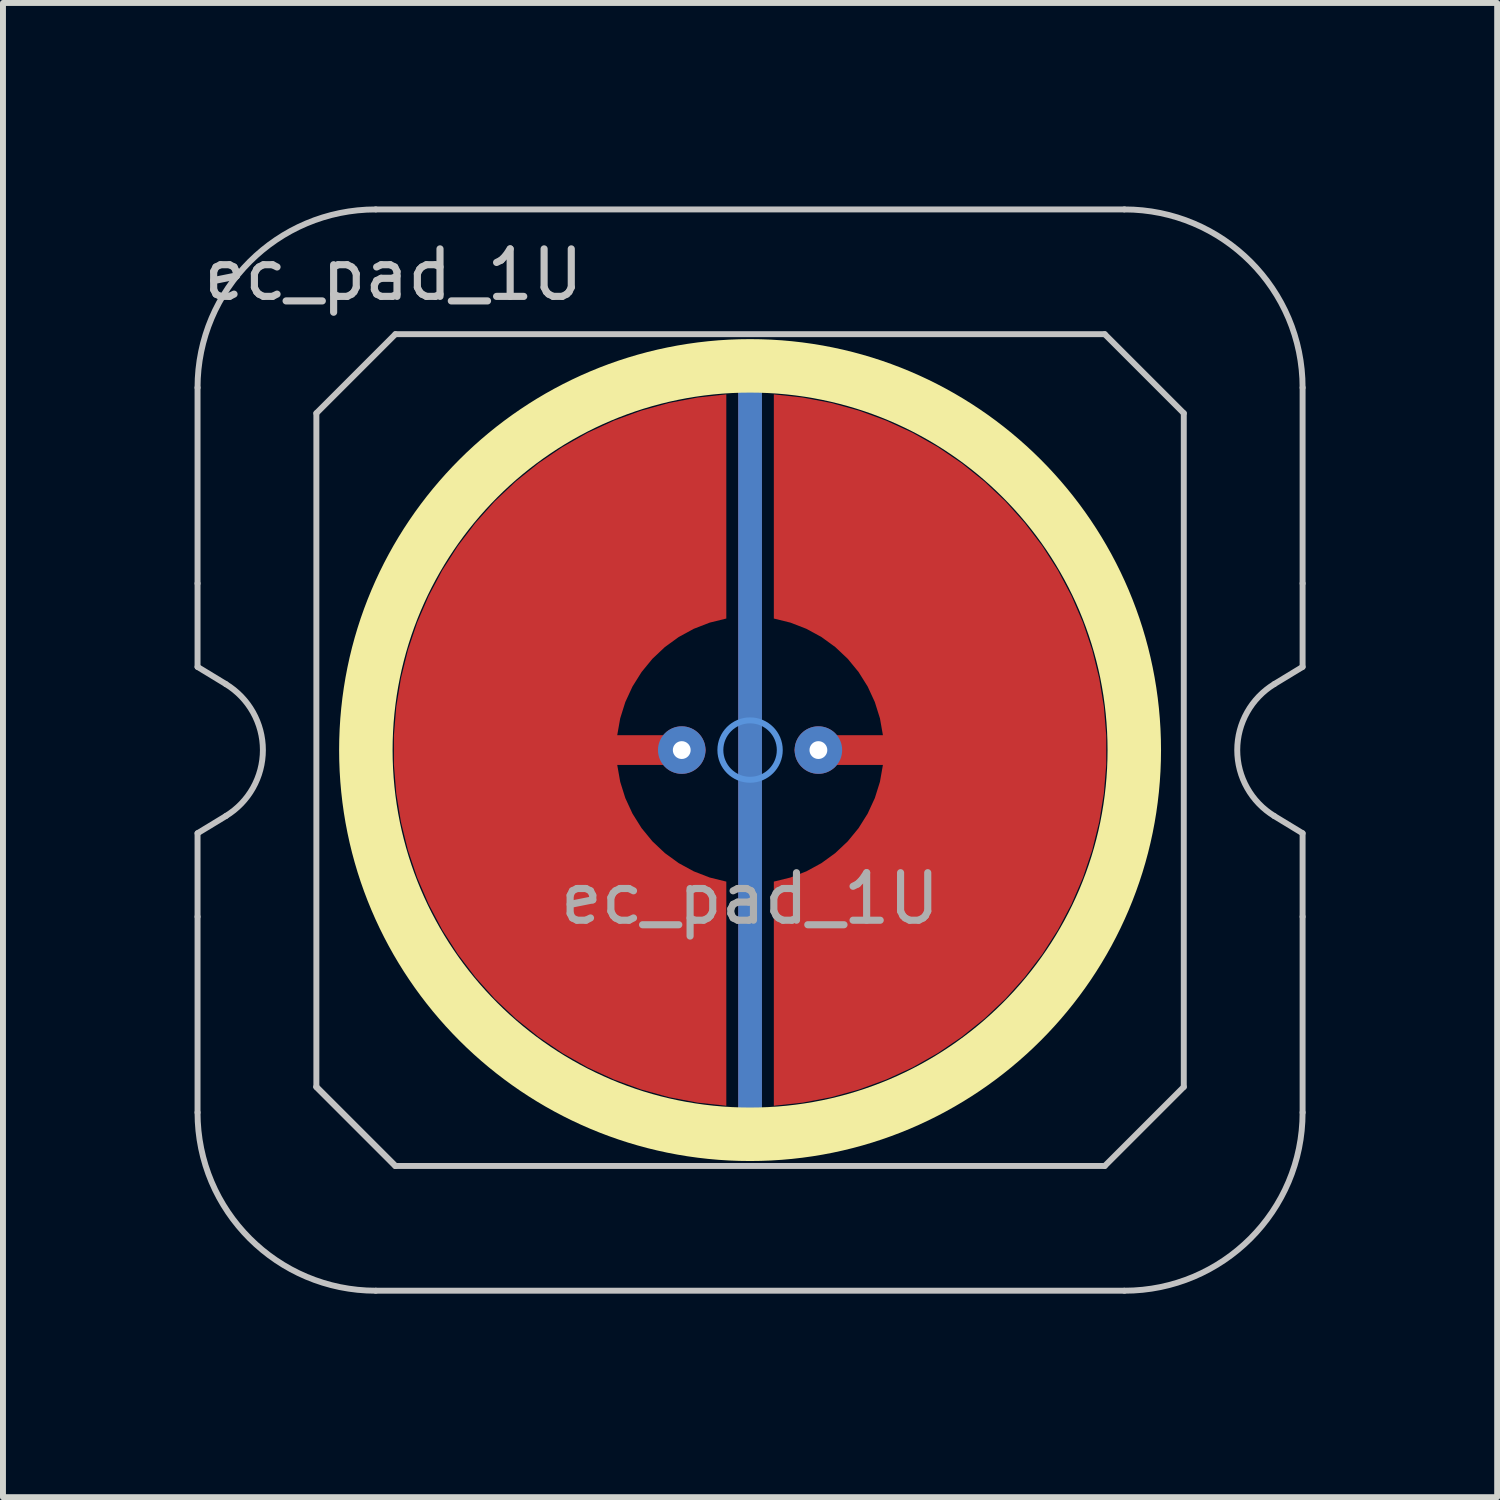
<source format=kicad_pcb>
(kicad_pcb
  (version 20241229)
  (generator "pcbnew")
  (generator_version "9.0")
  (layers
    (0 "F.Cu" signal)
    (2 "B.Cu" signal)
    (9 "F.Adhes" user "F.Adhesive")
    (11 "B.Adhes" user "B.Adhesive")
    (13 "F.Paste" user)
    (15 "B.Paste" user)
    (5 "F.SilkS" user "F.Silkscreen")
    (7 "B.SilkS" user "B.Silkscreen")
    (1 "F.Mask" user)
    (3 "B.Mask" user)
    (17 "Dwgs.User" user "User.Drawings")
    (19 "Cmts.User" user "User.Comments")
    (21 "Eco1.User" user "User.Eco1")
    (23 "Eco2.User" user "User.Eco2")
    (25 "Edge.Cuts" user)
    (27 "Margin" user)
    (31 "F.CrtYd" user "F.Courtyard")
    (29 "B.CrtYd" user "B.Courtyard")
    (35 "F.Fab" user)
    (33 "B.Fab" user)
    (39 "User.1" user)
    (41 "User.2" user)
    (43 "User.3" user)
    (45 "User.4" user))
  (footprint "ec_pad_1U"
    (layer "F.Cu")
    (at 9.575 9.575)
    (property "Reference" "ec_pad_1U" (at -6 -8 0) (layer "Dwgs.User") (effects (font (size 0.8 0.8) (thickness 0.12))))
    (attr exclude_from_pos_files exclude_from_bom)
    (fp_circle (center 0 0) (end -6.467 0) (stroke (width 0.9) (type solid)) (fill no) (layer "F.SilkS"))
    (fp_line (start -9.3 -2.805) (end -9.3 -6.1) (stroke (width 0.1) (type solid)) (layer "Dwgs.User"))
    (fp_line (start -9.3 -1.4) (end -9.3 -2.805) (stroke (width 0.1) (type solid)) (layer "Dwgs.User"))
    (fp_line (start -9.3 1.4) (end -8.824 1.111) (stroke (width 0.1) (type solid)) (layer "Dwgs.User"))
    (fp_line (start -9.3 2.805) (end -9.3 1.4) (stroke (width 0.1) (type solid)) (layer "Dwgs.User"))
    (fp_line (start -9.3 6.1) (end -9.3 2.805) (stroke (width 0.1) (type solid)) (layer "Dwgs.User"))
    (fp_line (start -8.824 -1.111) (end -9.3 -1.4) (stroke (width 0.1) (type solid)) (layer "Dwgs.User"))
    (fp_line (start -7.3 -5.67) (end -5.97 -7) (stroke (width 0.1) (type solid)) (layer "Dwgs.User"))
    (fp_line (start -7.3 5.67) (end -7.3 -5.67) (stroke (width 0.1) (type solid)) (layer "Dwgs.User"))
    (fp_line (start -7.3 5.67) (end -5.97 7) (stroke (width 0.1) (type solid)) (layer "Dwgs.User"))
    (fp_line (start -6.3 -9.1) (end 6.3 -9.1) (stroke (width 0.1) (type solid)) (layer "Dwgs.User"))
    (fp_line (start -5.97 -7) (end 5.97 -7) (stroke (width 0.1) (type solid)) (layer "Dwgs.User"))
    (fp_line (start -5.97 7) (end -7.3 5.67) (stroke (width 0.1) (type solid)) (layer "Dwgs.User"))
    (fp_line (start 5.97 -7) (end 7.3 -5.67) (stroke (width 0.1) (type solid)) (layer "Dwgs.User"))
    (fp_line (start 5.97 7) (end -5.97 7) (stroke (width 0.1) (type solid)) (layer "Dwgs.User"))
    (fp_line (start 6.3 9.1) (end -6.3 9.1) (stroke (width 0.1) (type solid)) (layer "Dwgs.User"))
    (fp_line (start 7.3 -5.67) (end 7.3 5.67) (stroke (width 0.1) (type solid)) (layer "Dwgs.User"))
    (fp_line (start 7.3 5.67) (end 5.97 7) (stroke (width 0.1) (type solid)) (layer "Dwgs.User"))
    (fp_line (start 8.824 1.111) (end 9.3 1.4) (stroke (width 0.1) (type solid)) (layer "Dwgs.User"))
    (fp_line (start 9.3 -6.1) (end 9.3 -2.805) (stroke (width 0.1) (type solid)) (layer "Dwgs.User"))
    (fp_line (start 9.3 -2.805) (end 9.3 -1.4) (stroke (width 0.1) (type solid)) (layer "Dwgs.User"))
    (fp_line (start 9.3 -1.4) (end 8.824 -1.111) (stroke (width 0.1) (type solid)) (layer "Dwgs.User"))
    (fp_line (start 9.3 1.4) (end 9.3 2.805) (stroke (width 0.1) (type solid)) (layer "Dwgs.User"))
    (fp_line (start 9.3 2.805) (end 9.3 6.1) (stroke (width 0.1) (type solid)) (layer "Dwgs.User"))
    (fp_arc (start -9.3 -6.1) (mid -8.42132 -8.22132) (end -6.3 -9.1) (stroke (width 0.1) (type solid)) (layer "Dwgs.User"))
    (fp_arc (start -8.824333 -1.110619) (mid -8.2 0) (end -8.824333 1.110619) (stroke (width 0.1) (type solid)) (layer "Dwgs.User"))
    (fp_arc (start -6.3 9.1) (mid -8.42132 8.22132) (end -9.3 6.1) (stroke (width 0.1) (type solid)) (layer "Dwgs.User"))
    (fp_arc (start 6.3 -9.1) (mid 8.42132 -8.22132) (end 9.3 -6.1) (stroke (width 0.1) (type solid)) (layer "Dwgs.User"))
    (fp_arc (start 8.824333 1.110619) (mid 8.2 0) (end 8.824333 -1.110619) (stroke (width 0.1) (type solid)) (layer "Dwgs.User"))
    (fp_arc (start 9.3 6.1) (mid 8.42132 8.22132) (end 6.3 9.1) (stroke (width 0.1) (type solid)) (layer "Dwgs.User"))
    (fp_circle (center 0 0) (end 0.5 0) (stroke (width 0.1) (type default)) (fill no) (layer "Cmts.User"))
    (fp_rect (start -9.525 -9.525) (end 9.525 9.525) (stroke (width 0.1) (type default)) (fill no) (layer "Eco2.User"))
    (fp_text user "${REFERENCE}" (at 0 2.5 180) (layer "F.Fab") (effects (font (size 0.8 0.8) (thickness 0.12))))
    (pad "1" thru_hole circle (at -1.15 0 90) (size 0.8 0.8) (drill 0.3) (layers "*.Cu"))
    (pad "1" smd custom (at -1 0) (size 0.4 0.4) (layers "F.Cu") (options (anchor circle)) (primitives (gr_poly (pts (xy 0.6 -2.214) (xy 0.32 -2.145) (xy 0.052 -2.041) (xy -0.201 -1.903) (xy -0.434 -1.734) (xy -0.644 -1.536) (xy -0.826 -1.314) (xy -0.979 -1.07) (xy -1.1 -0.808) (xy -1.186 -0.534) (xy -1.236 -0.25) (xy 0 -0.25) (xy 0.096 -0.231) (xy 0.177 -0.177) (xy 0.231 -0.096) (xy 0.25 0) (xy 0.231 0.096) (xy 0.177 0.177) (xy 0.096 0.231) (xy 0 0.25) (xy -1.236 0.25) (xy -1.186 0.534) (xy -1.1 0.808) (xy -0.979 1.07) (xy -0.826 1.314) (xy -0.644 1.536) (xy -0.434 1.734) (xy -0.201 1.903) (xy 0.052 2.041) (xy 0.32 2.145) (xy 0.6 2.214) (xy 0.6 5.987) (xy 0.115 5.934) (xy -0.364 5.843) (xy -0.834 5.713) (xy -1.292 5.545) (xy -1.735 5.341) (xy -2.159 5.101) (xy -2.563 4.827) (xy -2.943 4.522) (xy -3.298 4.187) (xy -3.623 3.824) (xy -3.919 3.436) (xy -4.182 3.025) (xy -4.41 2.594) (xy -4.603 2.147) (xy -4.759 1.684) (xy -4.876 1.211) (xy -4.955 0.73) (xy -4.995 0.244) (xy -4.995 -0.244) (xy -4.955 -0.73) (xy -4.876 -1.211) (xy -4.759 -1.684) (xy -4.603 -2.147) (xy -4.41 -2.594) (xy -4.182 -3.025) (xy -3.919 -3.436) (xy -3.623 -3.824) (xy -3.298 -4.187) (xy -2.943 -4.522) (xy -2.563 -4.827) (xy -2.159 -5.101) (xy -1.735 -5.341) (xy -1.292 -5.545) (xy -0.834 -5.713) (xy -0.364 -5.843) (xy 0.115 -5.934) (xy 0.6 -5.987)) (width 0) (fill yes))))
    (pad "2" smd custom (at 1 0 180) (size 0.4 0.4) (layers "F.Cu") (options (anchor circle)) (primitives (gr_poly (pts (xy 0.6 -2.214) (xy 0.32 -2.145) (xy 0.052 -2.041) (xy -0.201 -1.903) (xy -0.434 -1.734) (xy -0.644 -1.536) (xy -0.826 -1.314) (xy -0.979 -1.07) (xy -1.1 -0.808) (xy -1.186 -0.534) (xy -1.236 -0.25) (xy 0 -0.25) (xy 0.096 -0.231) (xy 0.177 -0.177) (xy 0.231 -0.096) (xy 0.25 0) (xy 0.231 0.096) (xy 0.177 0.177) (xy 0.096 0.231) (xy 0 0.25) (xy -1.236 0.25) (xy -1.186 0.534) (xy -1.1 0.808) (xy -0.979 1.07) (xy -0.826 1.314) (xy -0.644 1.536) (xy -0.434 1.734) (xy -0.201 1.903) (xy 0.052 2.041) (xy 0.32 2.145) (xy 0.6 2.214) (xy 0.6 5.987) (xy 0.115 5.934) (xy -0.364 5.843) (xy -0.834 5.713) (xy -1.292 5.545) (xy -1.735 5.341) (xy -2.159 5.101) (xy -2.563 4.827) (xy -2.943 4.522) (xy -3.298 4.187) (xy -3.623 3.824) (xy -3.919 3.436) (xy -4.182 3.025) (xy -4.41 2.594) (xy -4.603 2.147) (xy -4.759 1.684) (xy -4.876 1.211) (xy -4.955 0.73) (xy -4.995 0.244) (xy -4.995 -0.244) (xy -4.955 -0.73) (xy -4.876 -1.211) (xy -4.759 -1.684) (xy -4.603 -2.147) (xy -4.41 -2.594) (xy -4.182 -3.025) (xy -3.919 -3.436) (xy -3.623 -3.824) (xy -3.298 -4.187) (xy -2.943 -4.522) (xy -2.563 -4.827) (xy -2.159 -5.101) (xy -1.735 -5.341) (xy -1.292 -5.545) (xy -0.834 -5.713) (xy -0.364 -5.843) (xy 0.115 -5.934) (xy 0.6 -5.987)) (width 0) (fill yes))))
    (pad "2" thru_hole circle (at 1.15 0 90) (size 0.8 0.8) (drill 0.3) (layers "*.Cu"))
    (pad "3" smd roundrect (at 0 0) (size 0.4 12.5) (layers "B.Cu") (roundrect_rratio 0.5))
    (pad "3" smd roundrect (at 0 0) (size 0.4 12.75) (layers "F.Cu") (roundrect_rratio 0.5))
    (zone (net_name "") (layer "F.Cu") (hatch edge 0.508) (connect_pads) (min_thickness 0.254) (filled_areas_thickness no) (keepout (tracks allowed) (vias allowed) (pads allowed) (copperpour not_allowed) (footprints allowed)) (placement (enabled no)) (fill) (polygon (pts (xy 9.575 15.825) (xy 9.03 15.801) (xy 8.49 15.73) (xy 7.957 15.612) (xy 7.437 15.448) (xy 6.934 15.239) (xy 6.45 14.988) (xy 5.99 14.695) (xy 5.558 14.363) (xy 5.156 13.994) (xy 4.787 13.592) (xy 4.455 13.16) (xy 4.162 12.7) (xy 3.911 12.216) (xy 3.702 11.713) (xy 3.538 11.193) (xy 3.42 10.66) (xy 3.349 10.12) (xy 3.325 9.575) (xy 3.349 9.03) (xy 3.42 8.49) (xy 3.538 7.957) (xy 3.702 7.437) (xy 3.911 6.934) (xy 4.162 6.45) (xy 4.455 5.99) (xy 4.787 5.558) (xy 5.156 5.156) (xy 5.558 4.787) (xy 5.99 4.455) (xy 6.45 4.162) (xy 6.934 3.911) (xy 7.437 3.702) (xy 7.957 3.538) (xy 8.49 3.42) (xy 9.03 3.349) (xy 9.575 3.325) (xy 10.12 3.349) (xy 10.66 3.42) (xy 11.193 3.538) (xy 11.713 3.702) (xy 12.216 3.911) (xy 12.7 4.162) (xy 13.16 4.455) (xy 13.592 4.787) (xy 13.994 5.156) (xy 14.363 5.558) (xy 14.695 5.99) (xy 14.988 6.45) (xy 15.239 6.934) (xy 15.448 7.437) (xy 15.612 7.957) (xy 15.73 8.49) (xy 15.801 9.03) (xy 15.825 9.575) (xy 15.801 10.12) (xy 15.73 10.66) (xy 15.612 11.193) (xy 15.448 11.713) (xy 15.239 12.216) (xy 14.988 12.7) (xy 14.695 13.16) (xy 14.363 13.592) (xy 13.994 13.994) (xy 13.592 14.363) (xy 13.16 14.695) (xy 12.7 14.988) (xy 12.216 15.239) (xy 11.713 15.448) (xy 11.193 15.612) (xy 10.66 15.73) (xy 10.12 15.801))))
    (zone (net_name "") (layer "B.Cu") (hatch edge 0.1) (connect_pads) (min_thickness 0.254) (filled_areas_thickness no) (keepout (tracks allowed) (vias allowed) (pads allowed) (copperpour not_allowed) (footprints allowed)) (placement (enabled no)) (fill) (polygon (pts (xy 9.575 15.575) (xy 9.052 15.552) (xy 8.533 15.484) (xy 8.022 15.371) (xy 7.523 15.213) (xy 7.039 15.013) (xy 6.575 14.771) (xy 6.134 14.49) (xy 5.718 14.171) (xy 5.332 13.818) (xy 4.979 13.432) (xy 4.66 13.016) (xy 4.379 12.575) (xy 4.137 12.111) (xy 3.937 11.627) (xy 3.779 11.128) (xy 3.666 10.617) (xy 3.598 10.098) (xy 3.575 9.575) (xy 3.598 9.052) (xy 3.666 8.533) (xy 3.779 8.022) (xy 3.937 7.523) (xy 4.137 7.039) (xy 4.379 6.575) (xy 4.66 6.134) (xy 4.979 5.718) (xy 5.332 5.332) (xy 5.718 4.979) (xy 6.134 4.66) (xy 6.575 4.379) (xy 7.039 4.137) (xy 7.523 3.937) (xy 8.022 3.779) (xy 8.533 3.666) (xy 9.052 3.598) (xy 9.575 3.575) (xy 10.098 3.598) (xy 10.617 3.666) (xy 11.128 3.779) (xy 11.627 3.937) (xy 12.111 4.137) (xy 12.575 4.379) (xy 13.016 4.66) (xy 13.432 4.979) (xy 13.818 5.332) (xy 14.171 5.718) (xy 14.49 6.134) (xy 14.771 6.575) (xy 15.013 7.039) (xy 15.213 7.523) (xy 15.371 8.022) (xy 15.484 8.533) (xy 15.552 9.052) (xy 15.575 9.575) (xy 15.552 10.098) (xy 15.484 10.617) (xy 15.371 11.128) (xy 15.213 11.627) (xy 15.013 12.111) (xy 14.771 12.575) (xy 14.49 13.016) (xy 14.171 13.432) (xy 13.818 13.818) (xy 13.432 14.171) (xy 13.016 14.49) (xy 12.575 14.771) (xy 12.111 15.013) (xy 11.627 15.213) (xy 11.128 15.371) (xy 10.617 15.484) (xy 10.098 15.552)))))
  (gr_rect
    (start -3 -3)
    (end 22.15 22.15)
    (stroke (width 0.1) (type default))
    (fill no)
    (layer "Edge.Cuts")))
</source>
